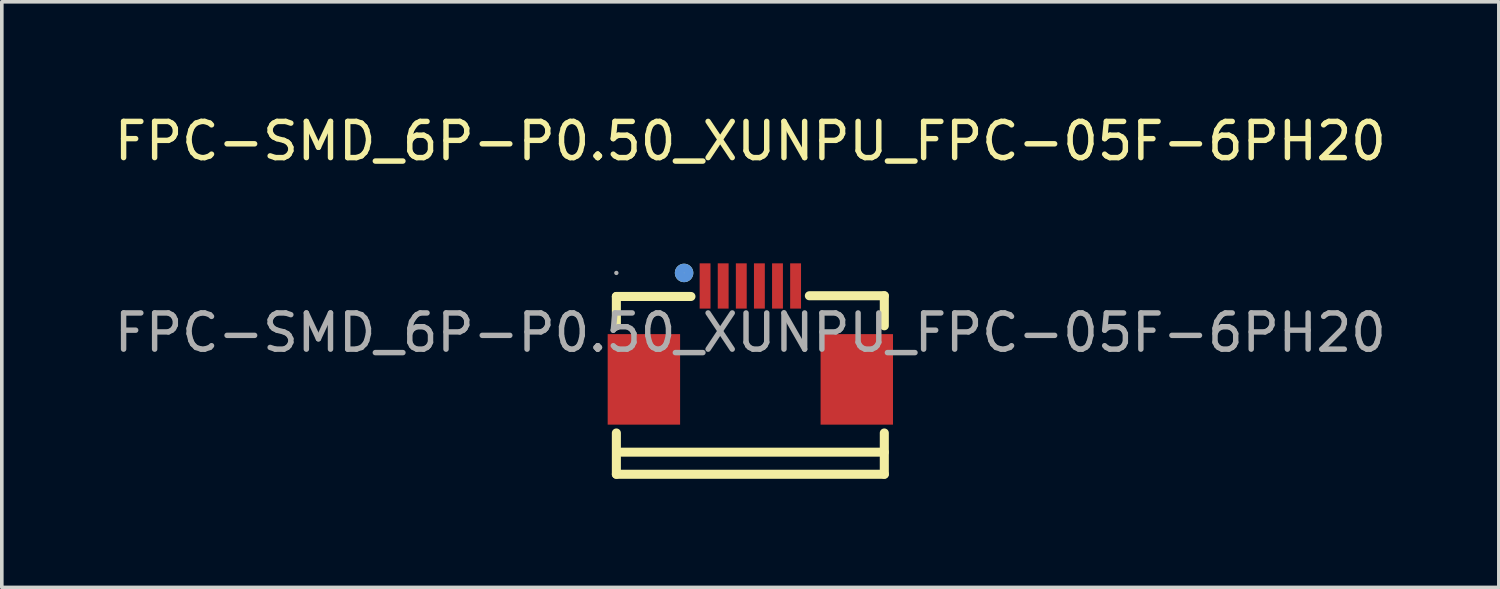
<source format=kicad_pcb>
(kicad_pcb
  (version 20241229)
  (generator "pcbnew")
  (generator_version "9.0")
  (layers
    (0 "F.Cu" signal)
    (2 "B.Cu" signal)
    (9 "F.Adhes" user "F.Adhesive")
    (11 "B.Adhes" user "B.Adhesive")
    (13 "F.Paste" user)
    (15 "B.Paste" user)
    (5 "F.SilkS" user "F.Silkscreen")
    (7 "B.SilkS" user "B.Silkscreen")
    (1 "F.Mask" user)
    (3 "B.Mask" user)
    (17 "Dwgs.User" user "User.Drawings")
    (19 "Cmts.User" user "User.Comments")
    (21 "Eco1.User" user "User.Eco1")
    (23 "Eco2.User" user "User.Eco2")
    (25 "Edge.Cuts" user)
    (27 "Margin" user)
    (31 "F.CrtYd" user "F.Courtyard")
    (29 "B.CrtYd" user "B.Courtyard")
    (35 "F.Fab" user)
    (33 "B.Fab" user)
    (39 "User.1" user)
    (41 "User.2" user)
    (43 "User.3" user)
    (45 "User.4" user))
  (footprint "FPC-SMD_6P-P0.50_XUNPU_FPC-05F-6PH20"
    (layer "F.Cu")
    (at 17.673 6.138)
    (property "Reference" "FPC-SMD_6P-P0.50_XUNPU_FPC-05F-6PH20" (at 0 -5.29 0) (layer "F.SilkS") (effects (font (size 1 1) (thickness 0.15))))
    (attr smd)
    (fp_line (start -3.7 -1) (end -1.64 -1) (stroke (width 0.25) (type solid)) (layer "F.SilkS"))
    (fp_line (start -3.7 -0.19) (end -3.7 -1) (stroke (width 0.25) (type solid)) (layer "F.SilkS"))
    (fp_line (start -3.7 3.91) (end -3.7 2.77) (stroke (width 0.25) (type solid)) (layer "F.SilkS"))
    (fp_line (start -3.7 3.91) (end 3.7 3.91) (stroke (width 0.25) (type solid)) (layer "F.SilkS"))
    (fp_line (start -3.55 3.3) (end 3.7 3.3) (stroke (width 0.25) (type solid)) (layer "F.SilkS"))
    (fp_line (start 3.7 -1.02) (end 1.63 -1.02) (stroke (width 0.25) (type solid)) (layer "F.SilkS"))
    (fp_line (start 3.7 -0.19) (end 3.7 -1.02) (stroke (width 0.25) (type solid)) (layer "F.SilkS"))
    (fp_line (start 3.7 3.91) (end 3.7 2.77) (stroke (width 0.25) (type solid)) (layer "F.SilkS"))
    (fp_circle (center -1.83 -1.65) (end -1.7 -1.65) (stroke (width 0.25) (type solid)) (fill no) (layer "F.SilkS"))
    (fp_circle (center -1.83 -1.65) (end -1.7 -1.65) (stroke (width 0.25) (type solid)) (fill no) (layer "Cmts.User"))
    (fp_circle (center -3.7 -1.65) (end -3.67 -1.65) (stroke (width 0.06) (type solid)) (fill no) (layer "F.Fab"))
    (fp_text user "${REFERENCE}" (at 0 0 0) (layer "F.Fab") (effects (font (size 1 1) (thickness 0.15))))
    (pad "1" smd rect (at -1.25 -1.29) (size 0.3 1.25) (layers "F.Cu" "F.Mask" "F.Paste"))
    (pad "2" smd rect (at -0.75 -1.29) (size 0.3 1.25) (layers "F.Cu" "F.Mask" "F.Paste"))
    (pad "3" smd rect (at -0.25 -1.29) (size 0.3 1.25) (layers "F.Cu" "F.Mask" "F.Paste"))
    (pad "4" smd rect (at 0.25 -1.29) (size 0.3 1.25) (layers "F.Cu" "F.Mask" "F.Paste"))
    (pad "5" smd rect (at 0.75 -1.29) (size 0.3 1.25) (layers "F.Cu" "F.Mask" "F.Paste"))
    (pad "6" smd rect (at 1.25 -1.29) (size 0.3 1.25) (layers "F.Cu" "F.Mask" "F.Paste"))
    (pad "MP" smd rect (at -2.94 1.29) (size 2 2.5) (layers "F.Cu" "F.Mask" "F.Paste"))
    (pad "MP" smd rect (at 2.94 1.29) (size 2 2.5) (layers "F.Cu" "F.Mask" "F.Paste")))
  (gr_rect
    (start -3 -3)
    (end 38.345 13.173)
    (stroke (width 0.1) (type default))
    (fill no)
    (layer "Edge.Cuts")))
</source>
